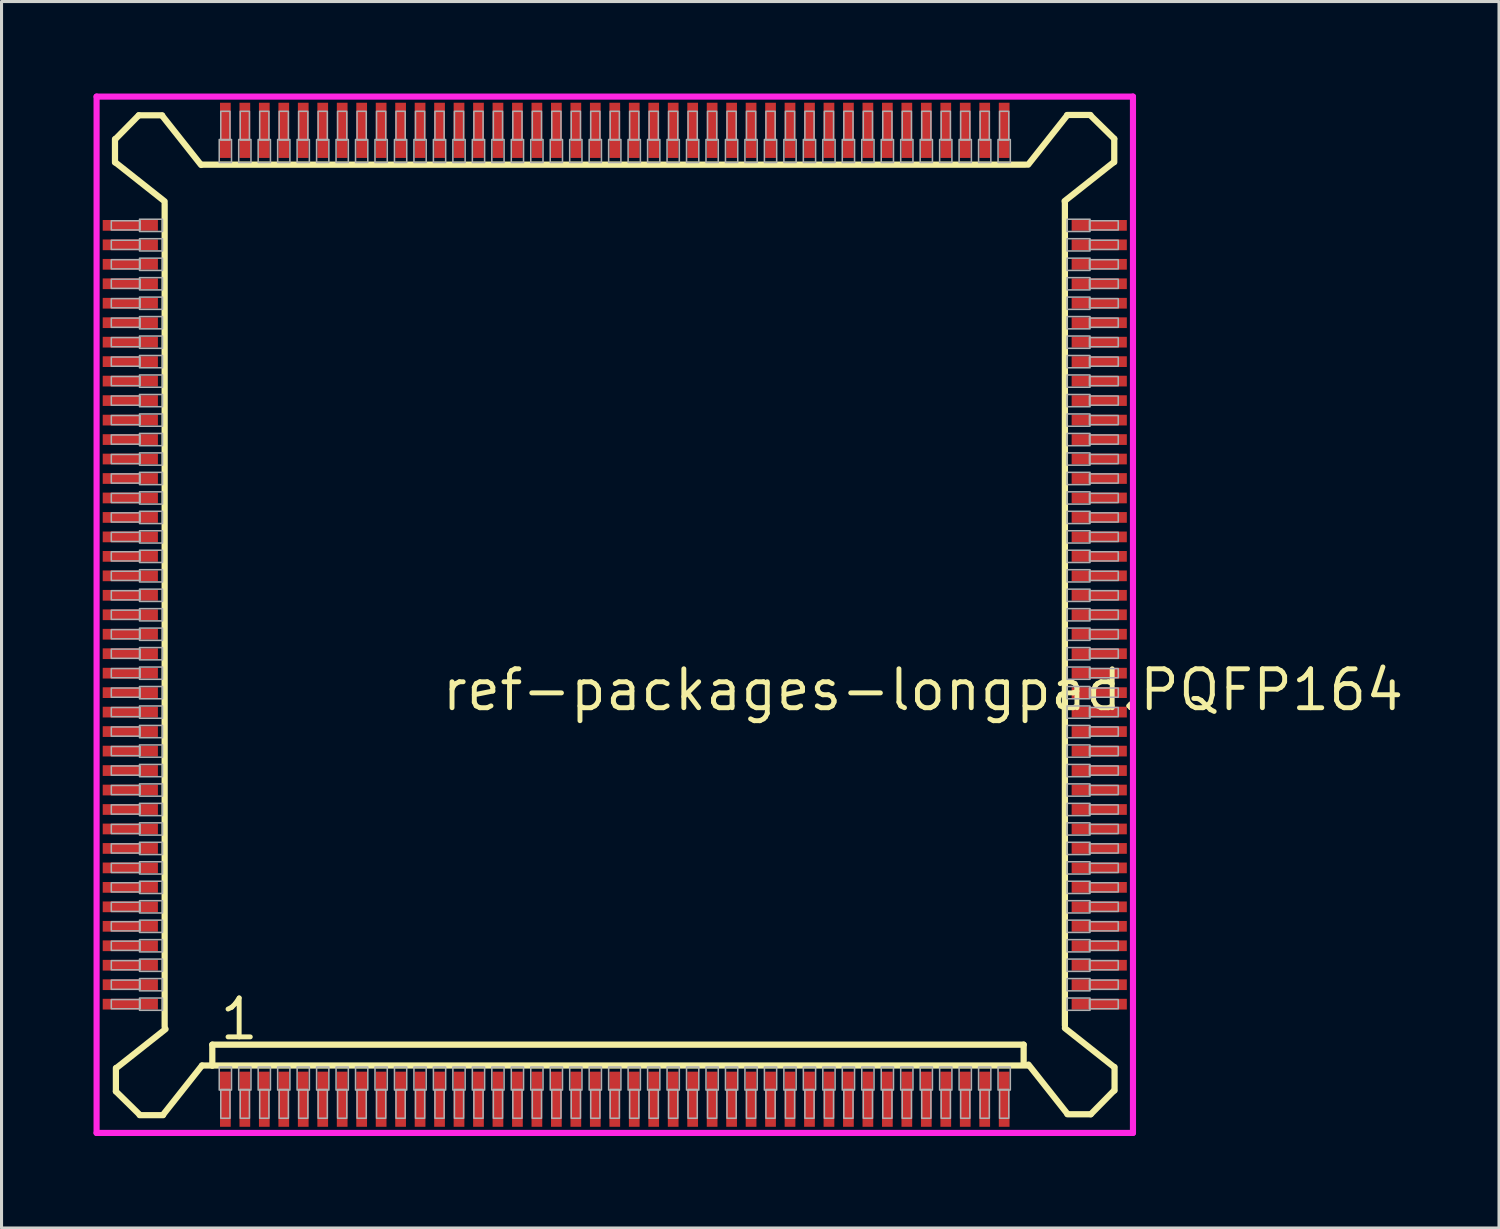
<source format=kicad_pcb>
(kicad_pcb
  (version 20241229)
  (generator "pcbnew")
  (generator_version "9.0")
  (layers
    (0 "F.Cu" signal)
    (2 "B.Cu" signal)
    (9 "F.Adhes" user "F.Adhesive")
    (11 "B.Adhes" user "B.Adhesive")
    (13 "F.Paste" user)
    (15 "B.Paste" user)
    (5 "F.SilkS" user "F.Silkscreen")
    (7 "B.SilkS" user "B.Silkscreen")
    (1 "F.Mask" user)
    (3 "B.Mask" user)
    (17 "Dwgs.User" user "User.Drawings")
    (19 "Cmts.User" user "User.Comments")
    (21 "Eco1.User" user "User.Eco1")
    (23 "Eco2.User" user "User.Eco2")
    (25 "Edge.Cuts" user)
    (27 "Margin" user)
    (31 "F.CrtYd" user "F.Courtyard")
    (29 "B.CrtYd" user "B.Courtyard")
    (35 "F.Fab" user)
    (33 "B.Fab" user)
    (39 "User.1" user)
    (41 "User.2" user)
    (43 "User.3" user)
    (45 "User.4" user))
  (footprint "ref-packages-longpad.PQFP164"
    (layer "F.Cu")
    (at 17 17)
    (property "Reference" "ref-packages-longpad.PQFP164" (at -5.715 3.195 0) (layer "F.SilkS") (effects (font (size 1.27 1.27) (thickness 0.16)) (justify left bottom)))
    (attr smd)
    (fp_line (start -16.3 -15.514) (end -16.3 -14.752) (stroke (width 0.203) (type default)) (layer "F.SilkS"))
    (fp_line (start -16.286 -14.752) (end -14.68 -13.482) (stroke (width 0.203) (type default)) (layer "F.SilkS"))
    (fp_line (start -16.27 14.782) (end -16.27 15.544) (stroke (width 0.203) (type default)) (layer "F.SilkS"))
    (fp_line (start -16.27 15.544) (end -15.494 16.306) (stroke (width 0.203) (type default)) (layer "F.SilkS"))
    (fp_line (start -15.524 -16.29) (end -16.286 -15.514) (stroke (width 0.203) (type default)) (layer "F.SilkS"))
    (fp_line (start -15.494 16.32) (end -14.732 16.32) (stroke (width 0.203) (type default)) (layer "F.SilkS"))
    (fp_line (start -14.762 -16.29) (end -15.524 -16.29) (stroke (width 0.203) (type default)) (layer "F.SilkS"))
    (fp_line (start -14.732 16.306) (end -13.462 14.7) (stroke (width 0.203) (type default)) (layer "F.SilkS"))
    (fp_line (start -14.68 -13.4) (end -14.68 13.442) (stroke (width 0.203) (type default)) (layer "F.SilkS"))
    (fp_line (start -14.65 13.512) (end -16.256 14.782) (stroke (width 0.203) (type default)) (layer "F.SilkS"))
    (fp_line (start -13.492 -14.67) (end -14.762 -16.276) (stroke (width 0.203) (type default)) (layer "F.SilkS"))
    (fp_line (start -13.462 14.7) (end -13.126 14.7) (stroke (width 0.203) (type default)) (layer "F.SilkS"))
    (fp_line (start -13.126 14.02) (end 13.335 14.02) (stroke (width 0.203) (type default)) (layer "F.SilkS"))
    (fp_line (start -13.126 14.7) (end -13.126 14.02) (stroke (width 0.203) (type default)) (layer "F.SilkS"))
    (fp_line (start -13.126 14.7) (end 13.462 14.7) (stroke (width 0.203) (type default)) (layer "F.SilkS"))
    (fp_line (start 13.335 14.02) (end 13.335 14.655) (stroke (width 0.203) (type default)) (layer "F.SilkS"))
    (fp_line (start 13.4 -14.68) (end -13.442 -14.68) (stroke (width 0.203) (type default)) (layer "F.SilkS"))
    (fp_line (start 13.492 14.67) (end 14.762 16.276) (stroke (width 0.203) (type default)) (layer "F.SilkS"))
    (fp_line (start 14.67 -13.492) (end 16.276 -14.762) (stroke (width 0.203) (type default)) (layer "F.SilkS"))
    (fp_line (start 14.68 13.4) (end 14.68 -13.442) (stroke (width 0.203) (type default)) (layer "F.SilkS"))
    (fp_line (start 14.752 -16.286) (end 13.482 -14.68) (stroke (width 0.203) (type default)) (layer "F.SilkS"))
    (fp_line (start 14.762 16.29) (end 15.524 16.29) (stroke (width 0.203) (type default)) (layer "F.SilkS"))
    (fp_line (start 15.514 -16.3) (end 14.752 -16.3) (stroke (width 0.203) (type default)) (layer "F.SilkS"))
    (fp_line (start 15.524 16.29) (end 16.286 15.514) (stroke (width 0.203) (type default)) (layer "F.SilkS"))
    (fp_line (start 16.286 14.752) (end 14.68 13.482) (stroke (width 0.203) (type default)) (layer "F.SilkS"))
    (fp_line (start 16.29 -15.524) (end 15.514 -16.286) (stroke (width 0.203) (type default)) (layer "F.SilkS"))
    (fp_line (start 16.29 -14.762) (end 16.29 -15.524) (stroke (width 0.203) (type default)) (layer "F.SilkS"))
    (fp_line (start 16.3 15.514) (end 16.3 14.752) (stroke (width 0.203) (type default)) (layer "F.SilkS"))
    (fp_line (start -16.9 -16.9) (end 16.9 -16.9) (stroke (width 0.2) (type default)) (layer "F.CrtYd"))
    (fp_line (start -16.9 16.9) (end -16.9 -16.9) (stroke (width 0.2) (type default)) (layer "F.CrtYd"))
    (fp_line (start 16.9 -16.9) (end 16.9 16.9) (stroke (width 0.2) (type default)) (layer "F.CrtYd"))
    (fp_line (start 16.9 16.9) (end -16.9 16.9) (stroke (width 0.2) (type default)) (layer "F.CrtYd"))
    (fp_rect (start -16.42 -12.55) (end -15.48 -12.85) (stroke (width 0.05) (type default)) (fill no) (layer "F.Fab"))
    (fp_rect (start -16.42 -11.915) (end -15.48 -12.215) (stroke (width 0.05) (type default)) (fill no) (layer "F.Fab"))
    (fp_rect (start -16.42 -11.28) (end -15.48 -11.58) (stroke (width 0.05) (type default)) (fill no) (layer "F.Fab"))
    (fp_rect (start -16.42 -10.645) (end -15.48 -10.945) (stroke (width 0.05) (type default)) (fill no) (layer "F.Fab"))
    (fp_rect (start -16.42 -10.01) (end -15.48 -10.31) (stroke (width 0.05) (type default)) (fill no) (layer "F.Fab"))
    (fp_rect (start -16.42 -9.375) (end -15.48 -9.675) (stroke (width 0.05) (type default)) (fill no) (layer "F.Fab"))
    (fp_rect (start -16.42 -8.74) (end -15.48 -9.04) (stroke (width 0.05) (type default)) (fill no) (layer "F.Fab"))
    (fp_rect (start -16.42 -8.105) (end -15.48 -8.405) (stroke (width 0.05) (type default)) (fill no) (layer "F.Fab"))
    (fp_rect (start -16.42 -7.47) (end -15.48 -7.77) (stroke (width 0.05) (type default)) (fill no) (layer "F.Fab"))
    (fp_rect (start -16.42 -6.835) (end -15.48 -7.135) (stroke (width 0.05) (type default)) (fill no) (layer "F.Fab"))
    (fp_rect (start -16.42 -6.2) (end -15.48 -6.5) (stroke (width 0.05) (type default)) (fill no) (layer "F.Fab"))
    (fp_rect (start -16.42 -5.565) (end -15.48 -5.865) (stroke (width 0.05) (type default)) (fill no) (layer "F.Fab"))
    (fp_rect (start -16.42 -4.93) (end -15.48 -5.23) (stroke (width 0.05) (type default)) (fill no) (layer "F.Fab"))
    (fp_rect (start -16.42 -4.295) (end -15.48 -4.595) (stroke (width 0.05) (type default)) (fill no) (layer "F.Fab"))
    (fp_rect (start -16.42 -3.66) (end -15.48 -3.96) (stroke (width 0.05) (type default)) (fill no) (layer "F.Fab"))
    (fp_rect (start -16.42 -3.025) (end -15.48 -3.325) (stroke (width 0.05) (type default)) (fill no) (layer "F.Fab"))
    (fp_rect (start -16.42 -2.39) (end -15.48 -2.69) (stroke (width 0.05) (type default)) (fill no) (layer "F.Fab"))
    (fp_rect (start -16.42 -1.755) (end -15.48 -2.055) (stroke (width 0.05) (type default)) (fill no) (layer "F.Fab"))
    (fp_rect (start -16.42 -1.12) (end -15.48 -1.42) (stroke (width 0.05) (type default)) (fill no) (layer "F.Fab"))
    (fp_rect (start -16.42 -0.485) (end -15.48 -0.785) (stroke (width 0.05) (type default)) (fill no) (layer "F.Fab"))
    (fp_rect (start -16.42 0.15) (end -15.48 -0.15) (stroke (width 0.05) (type default)) (fill no) (layer "F.Fab"))
    (fp_rect (start -16.42 0.785) (end -15.48 0.485) (stroke (width 0.05) (type default)) (fill no) (layer "F.Fab"))
    (fp_rect (start -16.42 1.42) (end -15.48 1.12) (stroke (width 0.05) (type default)) (fill no) (layer "F.Fab"))
    (fp_rect (start -16.42 2.055) (end -15.48 1.755) (stroke (width 0.05) (type default)) (fill no) (layer "F.Fab"))
    (fp_rect (start -16.42 2.69) (end -15.48 2.39) (stroke (width 0.05) (type default)) (fill no) (layer "F.Fab"))
    (fp_rect (start -16.42 3.325) (end -15.48 3.025) (stroke (width 0.05) (type default)) (fill no) (layer "F.Fab"))
    (fp_rect (start -16.42 3.96) (end -15.48 3.66) (stroke (width 0.05) (type default)) (fill no) (layer "F.Fab"))
    (fp_rect (start -16.42 4.595) (end -15.48 4.295) (stroke (width 0.05) (type default)) (fill no) (layer "F.Fab"))
    (fp_rect (start -16.42 5.23) (end -15.48 4.93) (stroke (width 0.05) (type default)) (fill no) (layer "F.Fab"))
    (fp_rect (start -16.42 5.865) (end -15.48 5.565) (stroke (width 0.05) (type default)) (fill no) (layer "F.Fab"))
    (fp_rect (start -16.42 6.5) (end -15.48 6.2) (stroke (width 0.05) (type default)) (fill no) (layer "F.Fab"))
    (fp_rect (start -16.42 7.135) (end -15.48 6.835) (stroke (width 0.05) (type default)) (fill no) (layer "F.Fab"))
    (fp_rect (start -16.42 7.77) (end -15.48 7.47) (stroke (width 0.05) (type default)) (fill no) (layer "F.Fab"))
    (fp_rect (start -16.42 8.405) (end -15.48 8.105) (stroke (width 0.05) (type default)) (fill no) (layer "F.Fab"))
    (fp_rect (start -16.42 9.04) (end -15.48 8.74) (stroke (width 0.05) (type default)) (fill no) (layer "F.Fab"))
    (fp_rect (start -16.42 9.675) (end -15.48 9.375) (stroke (width 0.05) (type default)) (fill no) (layer "F.Fab"))
    (fp_rect (start -16.42 10.31) (end -15.48 10.01) (stroke (width 0.05) (type default)) (fill no) (layer "F.Fab"))
    (fp_rect (start -16.42 10.945) (end -15.48 10.645) (stroke (width 0.05) (type default)) (fill no) (layer "F.Fab"))
    (fp_rect (start -16.42 11.58) (end -15.48 11.28) (stroke (width 0.05) (type default)) (fill no) (layer "F.Fab"))
    (fp_rect (start -16.42 12.215) (end -15.48 11.915) (stroke (width 0.05) (type default)) (fill no) (layer "F.Fab"))
    (fp_rect (start -16.42 12.85) (end -15.48 12.55) (stroke (width 0.05) (type default)) (fill no) (layer "F.Fab"))
    (fp_rect (start -15.5 -12.5) (end -14.75 -12.9) (stroke (width 0.05) (type default)) (fill no) (layer "F.Fab"))
    (fp_rect (start -15.5 -11.865) (end -14.75 -12.265) (stroke (width 0.05) (type default)) (fill no) (layer "F.Fab"))
    (fp_rect (start -15.5 -11.23) (end -14.75 -11.63) (stroke (width 0.05) (type default)) (fill no) (layer "F.Fab"))
    (fp_rect (start -15.5 -10.595) (end -14.75 -10.995) (stroke (width 0.05) (type default)) (fill no) (layer "F.Fab"))
    (fp_rect (start -15.5 -9.96) (end -14.75 -10.36) (stroke (width 0.05) (type default)) (fill no) (layer "F.Fab"))
    (fp_rect (start -15.5 -9.325) (end -14.75 -9.725) (stroke (width 0.05) (type default)) (fill no) (layer "F.Fab"))
    (fp_rect (start -15.5 -8.69) (end -14.75 -9.09) (stroke (width 0.05) (type default)) (fill no) (layer "F.Fab"))
    (fp_rect (start -15.5 -8.055) (end -14.75 -8.455) (stroke (width 0.05) (type default)) (fill no) (layer "F.Fab"))
    (fp_rect (start -15.5 -7.42) (end -14.75 -7.82) (stroke (width 0.05) (type default)) (fill no) (layer "F.Fab"))
    (fp_rect (start -15.5 -6.785) (end -14.75 -7.185) (stroke (width 0.05) (type default)) (fill no) (layer "F.Fab"))
    (fp_rect (start -15.5 -6.15) (end -14.75 -6.55) (stroke (width 0.05) (type default)) (fill no) (layer "F.Fab"))
    (fp_rect (start -15.5 -5.515) (end -14.75 -5.915) (stroke (width 0.05) (type default)) (fill no) (layer "F.Fab"))
    (fp_rect (start -15.5 -4.88) (end -14.75 -5.28) (stroke (width 0.05) (type default)) (fill no) (layer "F.Fab"))
    (fp_rect (start -15.5 -4.245) (end -14.75 -4.645) (stroke (width 0.05) (type default)) (fill no) (layer "F.Fab"))
    (fp_rect (start -15.5 -3.61) (end -14.75 -4.01) (stroke (width 0.05) (type default)) (fill no) (layer "F.Fab"))
    (fp_rect (start -15.5 -2.975) (end -14.75 -3.375) (stroke (width 0.05) (type default)) (fill no) (layer "F.Fab"))
    (fp_rect (start -15.5 -2.34) (end -14.75 -2.74) (stroke (width 0.05) (type default)) (fill no) (layer "F.Fab"))
    (fp_rect (start -15.5 -1.705) (end -14.75 -2.105) (stroke (width 0.05) (type default)) (fill no) (layer "F.Fab"))
    (fp_rect (start -15.5 -1.07) (end -14.75 -1.47) (stroke (width 0.05) (type default)) (fill no) (layer "F.Fab"))
    (fp_rect (start -15.5 -0.435) (end -14.75 -0.835) (stroke (width 0.05) (type default)) (fill no) (layer "F.Fab"))
    (fp_rect (start -15.5 0.2) (end -14.75 -0.2) (stroke (width 0.05) (type default)) (fill no) (layer "F.Fab"))
    (fp_rect (start -15.5 0.835) (end -14.75 0.435) (stroke (width 0.05) (type default)) (fill no) (layer "F.Fab"))
    (fp_rect (start -15.5 1.47) (end -14.75 1.07) (stroke (width 0.05) (type default)) (fill no) (layer "F.Fab"))
    (fp_rect (start -15.5 2.105) (end -14.75 1.705) (stroke (width 0.05) (type default)) (fill no) (layer "F.Fab"))
    (fp_rect (start -15.5 2.74) (end -14.75 2.34) (stroke (width 0.05) (type default)) (fill no) (layer "F.Fab"))
    (fp_rect (start -15.5 3.375) (end -14.75 2.975) (stroke (width 0.05) (type default)) (fill no) (layer "F.Fab"))
    (fp_rect (start -15.5 4.01) (end -14.75 3.61) (stroke (width 0.05) (type default)) (fill no) (layer "F.Fab"))
    (fp_rect (start -15.5 4.645) (end -14.75 4.245) (stroke (width 0.05) (type default)) (fill no) (layer "F.Fab"))
    (fp_rect (start -15.5 5.28) (end -14.75 4.88) (stroke (width 0.05) (type default)) (fill no) (layer "F.Fab"))
    (fp_rect (start -15.5 5.915) (end -14.75 5.515) (stroke (width 0.05) (type default)) (fill no) (layer "F.Fab"))
    (fp_rect (start -15.5 6.55) (end -14.75 6.15) (stroke (width 0.05) (type default)) (fill no) (layer "F.Fab"))
    (fp_rect (start -15.5 7.185) (end -14.75 6.785) (stroke (width 0.05) (type default)) (fill no) (layer "F.Fab"))
    (fp_rect (start -15.5 7.82) (end -14.75 7.42) (stroke (width 0.05) (type default)) (fill no) (layer "F.Fab"))
    (fp_rect (start -15.5 8.455) (end -14.75 8.055) (stroke (width 0.05) (type default)) (fill no) (layer "F.Fab"))
    (fp_rect (start -15.5 9.09) (end -14.75 8.69) (stroke (width 0.05) (type default)) (fill no) (layer "F.Fab"))
    (fp_rect (start -15.5 9.725) (end -14.75 9.325) (stroke (width 0.05) (type default)) (fill no) (layer "F.Fab"))
    (fp_rect (start -15.5 10.36) (end -14.75 9.96) (stroke (width 0.05) (type default)) (fill no) (layer "F.Fab"))
    (fp_rect (start -15.5 10.995) (end -14.75 10.595) (stroke (width 0.05) (type default)) (fill no) (layer "F.Fab"))
    (fp_rect (start -15.5 11.63) (end -14.75 11.23) (stroke (width 0.05) (type default)) (fill no) (layer "F.Fab"))
    (fp_rect (start -15.5 12.265) (end -14.75 11.865) (stroke (width 0.05) (type default)) (fill no) (layer "F.Fab"))
    (fp_rect (start -15.5 12.9) (end -14.75 12.5) (stroke (width 0.05) (type default)) (fill no) (layer "F.Fab"))
    (fp_rect (start -12.9 -14.75) (end -12.5 -15.5) (stroke (width 0.05) (type default)) (fill no) (layer "F.Fab"))
    (fp_rect (start -12.9 15.5) (end -12.5 14.75) (stroke (width 0.05) (type default)) (fill no) (layer "F.Fab"))
    (fp_rect (start -12.85 -15.48) (end -12.55 -16.42) (stroke (width 0.05) (type default)) (fill no) (layer "F.Fab"))
    (fp_rect (start -12.85 16.42) (end -12.55 15.48) (stroke (width 0.05) (type default)) (fill no) (layer "F.Fab"))
    (fp_rect (start -12.265 -14.75) (end -11.865 -15.5) (stroke (width 0.05) (type default)) (fill no) (layer "F.Fab"))
    (fp_rect (start -12.265 15.5) (end -11.865 14.75) (stroke (width 0.05) (type default)) (fill no) (layer "F.Fab"))
    (fp_rect (start -12.215 -15.48) (end -11.915 -16.42) (stroke (width 0.05) (type default)) (fill no) (layer "F.Fab"))
    (fp_rect (start -12.215 16.42) (end -11.915 15.48) (stroke (width 0.05) (type default)) (fill no) (layer "F.Fab"))
    (fp_rect (start -11.63 -14.75) (end -11.23 -15.5) (stroke (width 0.05) (type default)) (fill no) (layer "F.Fab"))
    (fp_rect (start -11.63 15.5) (end -11.23 14.75) (stroke (width 0.05) (type default)) (fill no) (layer "F.Fab"))
    (fp_rect (start -11.58 -15.48) (end -11.28 -16.42) (stroke (width 0.05) (type default)) (fill no) (layer "F.Fab"))
    (fp_rect (start -11.58 16.42) (end -11.28 15.48) (stroke (width 0.05) (type default)) (fill no) (layer "F.Fab"))
    (fp_rect (start -10.995 -14.75) (end -10.595 -15.5) (stroke (width 0.05) (type default)) (fill no) (layer "F.Fab"))
    (fp_rect (start -10.995 15.5) (end -10.595 14.75) (stroke (width 0.05) (type default)) (fill no) (layer "F.Fab"))
    (fp_rect (start -10.945 -15.48) (end -10.645 -16.42) (stroke (width 0.05) (type default)) (fill no) (layer "F.Fab"))
    (fp_rect (start -10.945 16.42) (end -10.645 15.48) (stroke (width 0.05) (type default)) (fill no) (layer "F.Fab"))
    (fp_rect (start -10.36 -14.75) (end -9.96 -15.5) (stroke (width 0.05) (type default)) (fill no) (layer "F.Fab"))
    (fp_rect (start -10.36 15.5) (end -9.96 14.75) (stroke (width 0.05) (type default)) (fill no) (layer "F.Fab"))
    (fp_rect (start -10.31 -15.48) (end -10.01 -16.42) (stroke (width 0.05) (type default)) (fill no) (layer "F.Fab"))
    (fp_rect (start -10.31 16.42) (end -10.01 15.48) (stroke (width 0.05) (type default)) (fill no) (layer "F.Fab"))
    (fp_rect (start -9.725 -14.75) (end -9.325 -15.5) (stroke (width 0.05) (type default)) (fill no) (layer "F.Fab"))
    (fp_rect (start -9.725 15.5) (end -9.325 14.75) (stroke (width 0.05) (type default)) (fill no) (layer "F.Fab"))
    (fp_rect (start -9.675 -15.48) (end -9.375 -16.42) (stroke (width 0.05) (type default)) (fill no) (layer "F.Fab"))
    (fp_rect (start -9.675 16.42) (end -9.375 15.48) (stroke (width 0.05) (type default)) (fill no) (layer "F.Fab"))
    (fp_rect (start -9.09 -14.75) (end -8.69 -15.5) (stroke (width 0.05) (type default)) (fill no) (layer "F.Fab"))
    (fp_rect (start -9.09 15.5) (end -8.69 14.75) (stroke (width 0.05) (type default)) (fill no) (layer "F.Fab"))
    (fp_rect (start -9.04 -15.48) (end -8.74 -16.42) (stroke (width 0.05) (type default)) (fill no) (layer "F.Fab"))
    (fp_rect (start -9.04 16.42) (end -8.74 15.48) (stroke (width 0.05) (type default)) (fill no) (layer "F.Fab"))
    (fp_rect (start -8.455 -14.75) (end -8.055 -15.5) (stroke (width 0.05) (type default)) (fill no) (layer "F.Fab"))
    (fp_rect (start -8.455 15.5) (end -8.055 14.75) (stroke (width 0.05) (type default)) (fill no) (layer "F.Fab"))
    (fp_rect (start -8.405 -15.48) (end -8.105 -16.42) (stroke (width 0.05) (type default)) (fill no) (layer "F.Fab"))
    (fp_rect (start -8.405 16.42) (end -8.105 15.48) (stroke (width 0.05) (type default)) (fill no) (layer "F.Fab"))
    (fp_rect (start -7.82 -14.75) (end -7.42 -15.5) (stroke (width 0.05) (type default)) (fill no) (layer "F.Fab"))
    (fp_rect (start -7.82 15.5) (end -7.42 14.75) (stroke (width 0.05) (type default)) (fill no) (layer "F.Fab"))
    (fp_rect (start -7.77 -15.48) (end -7.47 -16.42) (stroke (width 0.05) (type default)) (fill no) (layer "F.Fab"))
    (fp_rect (start -7.77 16.42) (end -7.47 15.48) (stroke (width 0.05) (type default)) (fill no) (layer "F.Fab"))
    (fp_rect (start -7.185 -14.75) (end -6.785 -15.5) (stroke (width 0.05) (type default)) (fill no) (layer "F.Fab"))
    (fp_rect (start -7.185 15.5) (end -6.785 14.75) (stroke (width 0.05) (type default)) (fill no) (layer "F.Fab"))
    (fp_rect (start -7.135 -15.48) (end -6.835 -16.42) (stroke (width 0.05) (type default)) (fill no) (layer "F.Fab"))
    (fp_rect (start -7.135 16.42) (end -6.835 15.48) (stroke (width 0.05) (type default)) (fill no) (layer "F.Fab"))
    (fp_rect (start -6.55 -14.75) (end -6.15 -15.5) (stroke (width 0.05) (type default)) (fill no) (layer "F.Fab"))
    (fp_rect (start -6.55 15.5) (end -6.15 14.75) (stroke (width 0.05) (type default)) (fill no) (layer "F.Fab"))
    (fp_rect (start -6.5 -15.48) (end -6.2 -16.42) (stroke (width 0.05) (type default)) (fill no) (layer "F.Fab"))
    (fp_rect (start -6.5 16.42) (end -6.2 15.48) (stroke (width 0.05) (type default)) (fill no) (layer "F.Fab"))
    (fp_rect (start -5.915 -14.75) (end -5.515 -15.5) (stroke (width 0.05) (type default)) (fill no) (layer "F.Fab"))
    (fp_rect (start -5.915 15.5) (end -5.515 14.75) (stroke (width 0.05) (type default)) (fill no) (layer "F.Fab"))
    (fp_rect (start -5.865 -15.48) (end -5.565 -16.42) (stroke (width 0.05) (type default)) (fill no) (layer "F.Fab"))
    (fp_rect (start -5.865 16.42) (end -5.565 15.48) (stroke (width 0.05) (type default)) (fill no) (layer "F.Fab"))
    (fp_rect (start -5.28 -14.75) (end -4.88 -15.5) (stroke (width 0.05) (type default)) (fill no) (layer "F.Fab"))
    (fp_rect (start -5.28 15.5) (end -4.88 14.75) (stroke (width 0.05) (type default)) (fill no) (layer "F.Fab"))
    (fp_rect (start -5.23 -15.48) (end -4.93 -16.42) (stroke (width 0.05) (type default)) (fill no) (layer "F.Fab"))
    (fp_rect (start -5.23 16.42) (end -4.93 15.48) (stroke (width 0.05) (type default)) (fill no) (layer "F.Fab"))
    (fp_rect (start -4.645 -14.75) (end -4.245 -15.5) (stroke (width 0.05) (type default)) (fill no) (layer "F.Fab"))
    (fp_rect (start -4.645 15.5) (end -4.245 14.75) (stroke (width 0.05) (type default)) (fill no) (layer "F.Fab"))
    (fp_rect (start -4.595 -15.48) (end -4.295 -16.42) (stroke (width 0.05) (type default)) (fill no) (layer "F.Fab"))
    (fp_rect (start -4.595 16.42) (end -4.295 15.48) (stroke (width 0.05) (type default)) (fill no) (layer "F.Fab"))
    (fp_rect (start -4.01 -14.75) (end -3.61 -15.5) (stroke (width 0.05) (type default)) (fill no) (layer "F.Fab"))
    (fp_rect (start -4.01 15.5) (end -3.61 14.75) (stroke (width 0.05) (type default)) (fill no) (layer "F.Fab"))
    (fp_rect (start -3.96 -15.48) (end -3.66 -16.42) (stroke (width 0.05) (type default)) (fill no) (layer "F.Fab"))
    (fp_rect (start -3.96 16.42) (end -3.66 15.48) (stroke (width 0.05) (type default)) (fill no) (layer "F.Fab"))
    (fp_rect (start -3.375 -14.75) (end -2.975 -15.5) (stroke (width 0.05) (type default)) (fill no) (layer "F.Fab"))
    (fp_rect (start -3.375 15.5) (end -2.975 14.75) (stroke (width 0.05) (type default)) (fill no) (layer "F.Fab"))
    (fp_rect (start -3.325 -15.48) (end -3.025 -16.42) (stroke (width 0.05) (type default)) (fill no) (layer "F.Fab"))
    (fp_rect (start -3.325 16.42) (end -3.025 15.48) (stroke (width 0.05) (type default)) (fill no) (layer "F.Fab"))
    (fp_rect (start -2.74 -14.75) (end -2.34 -15.5) (stroke (width 0.05) (type default)) (fill no) (layer "F.Fab"))
    (fp_rect (start -2.74 15.5) (end -2.34 14.75) (stroke (width 0.05) (type default)) (fill no) (layer "F.Fab"))
    (fp_rect (start -2.69 -15.48) (end -2.39 -16.42) (stroke (width 0.05) (type default)) (fill no) (layer "F.Fab"))
    (fp_rect (start -2.69 16.42) (end -2.39 15.48) (stroke (width 0.05) (type default)) (fill no) (layer "F.Fab"))
    (fp_rect (start -2.105 -14.75) (end -1.705 -15.5) (stroke (width 0.05) (type default)) (fill no) (layer "F.Fab"))
    (fp_rect (start -2.105 15.5) (end -1.705 14.75) (stroke (width 0.05) (type default)) (fill no) (layer "F.Fab"))
    (fp_rect (start -2.055 -15.48) (end -1.755 -16.42) (stroke (width 0.05) (type default)) (fill no) (layer "F.Fab"))
    (fp_rect (start -2.055 16.42) (end -1.755 15.48) (stroke (width 0.05) (type default)) (fill no) (layer "F.Fab"))
    (fp_rect (start -1.47 -14.75) (end -1.07 -15.5) (stroke (width 0.05) (type default)) (fill no) (layer "F.Fab"))
    (fp_rect (start -1.47 15.5) (end -1.07 14.75) (stroke (width 0.05) (type default)) (fill no) (layer "F.Fab"))
    (fp_rect (start -1.42 -15.48) (end -1.12 -16.42) (stroke (width 0.05) (type default)) (fill no) (layer "F.Fab"))
    (fp_rect (start -1.42 16.42) (end -1.12 15.48) (stroke (width 0.05) (type default)) (fill no) (layer "F.Fab"))
    (fp_rect (start -0.835 -14.75) (end -0.435 -15.5) (stroke (width 0.05) (type default)) (fill no) (layer "F.Fab"))
    (fp_rect (start -0.835 15.5) (end -0.435 14.75) (stroke (width 0.05) (type default)) (fill no) (layer "F.Fab"))
    (fp_rect (start -0.785 -15.48) (end -0.485 -16.42) (stroke (width 0.05) (type default)) (fill no) (layer "F.Fab"))
    (fp_rect (start -0.785 16.42) (end -0.485 15.48) (stroke (width 0.05) (type default)) (fill no) (layer "F.Fab"))
    (fp_rect (start -0.2 -14.75) (end 0.2 -15.5) (stroke (width 0.05) (type default)) (fill no) (layer "F.Fab"))
    (fp_rect (start -0.2 15.5) (end 0.2 14.75) (stroke (width 0.05) (type default)) (fill no) (layer "F.Fab"))
    (fp_rect (start -0.15 -15.48) (end 0.15 -16.42) (stroke (width 0.05) (type default)) (fill no) (layer "F.Fab"))
    (fp_rect (start -0.15 16.42) (end 0.15 15.48) (stroke (width 0.05) (type default)) (fill no) (layer "F.Fab"))
    (fp_rect (start 0.435 -14.75) (end 0.835 -15.5) (stroke (width 0.05) (type default)) (fill no) (layer "F.Fab"))
    (fp_rect (start 0.435 15.5) (end 0.835 14.75) (stroke (width 0.05) (type default)) (fill no) (layer "F.Fab"))
    (fp_rect (start 0.485 -15.48) (end 0.785 -16.42) (stroke (width 0.05) (type default)) (fill no) (layer "F.Fab"))
    (fp_rect (start 0.485 16.42) (end 0.785 15.48) (stroke (width 0.05) (type default)) (fill no) (layer "F.Fab"))
    (fp_rect (start 1.07 -14.75) (end 1.47 -15.5) (stroke (width 0.05) (type default)) (fill no) (layer "F.Fab"))
    (fp_rect (start 1.07 15.5) (end 1.47 14.75) (stroke (width 0.05) (type default)) (fill no) (layer "F.Fab"))
    (fp_rect (start 1.12 -15.48) (end 1.42 -16.42) (stroke (width 0.05) (type default)) (fill no) (layer "F.Fab"))
    (fp_rect (start 1.12 16.42) (end 1.42 15.48) (stroke (width 0.05) (type default)) (fill no) (layer "F.Fab"))
    (fp_rect (start 1.705 -14.75) (end 2.105 -15.5) (stroke (width 0.05) (type default)) (fill no) (layer "F.Fab"))
    (fp_rect (start 1.705 15.5) (end 2.105 14.75) (stroke (width 0.05) (type default)) (fill no) (layer "F.Fab"))
    (fp_rect (start 1.755 -15.48) (end 2.055 -16.42) (stroke (width 0.05) (type default)) (fill no) (layer "F.Fab"))
    (fp_rect (start 1.755 16.42) (end 2.055 15.48) (stroke (width 0.05) (type default)) (fill no) (layer "F.Fab"))
    (fp_rect (start 2.34 -14.75) (end 2.74 -15.5) (stroke (width 0.05) (type default)) (fill no) (layer "F.Fab"))
    (fp_rect (start 2.34 15.5) (end 2.74 14.75) (stroke (width 0.05) (type default)) (fill no) (layer "F.Fab"))
    (fp_rect (start 2.39 -15.48) (end 2.69 -16.42) (stroke (width 0.05) (type default)) (fill no) (layer "F.Fab"))
    (fp_rect (start 2.39 16.42) (end 2.69 15.48) (stroke (width 0.05) (type default)) (fill no) (layer "F.Fab"))
    (fp_rect (start 2.975 -14.75) (end 3.375 -15.5) (stroke (width 0.05) (type default)) (fill no) (layer "F.Fab"))
    (fp_rect (start 2.975 15.5) (end 3.375 14.75) (stroke (width 0.05) (type default)) (fill no) (layer "F.Fab"))
    (fp_rect (start 3.025 -15.48) (end 3.325 -16.42) (stroke (width 0.05) (type default)) (fill no) (layer "F.Fab"))
    (fp_rect (start 3.025 16.42) (end 3.325 15.48) (stroke (width 0.05) (type default)) (fill no) (layer "F.Fab"))
    (fp_rect (start 3.61 -14.75) (end 4.01 -15.5) (stroke (width 0.05) (type default)) (fill no) (layer "F.Fab"))
    (fp_rect (start 3.61 15.5) (end 4.01 14.75) (stroke (width 0.05) (type default)) (fill no) (layer "F.Fab"))
    (fp_rect (start 3.66 -15.48) (end 3.96 -16.42) (stroke (width 0.05) (type default)) (fill no) (layer "F.Fab"))
    (fp_rect (start 3.66 16.42) (end 3.96 15.48) (stroke (width 0.05) (type default)) (fill no) (layer "F.Fab"))
    (fp_rect (start 4.245 -14.75) (end 4.645 -15.5) (stroke (width 0.05) (type default)) (fill no) (layer "F.Fab"))
    (fp_rect (start 4.245 15.5) (end 4.645 14.75) (stroke (width 0.05) (type default)) (fill no) (layer "F.Fab"))
    (fp_rect (start 4.295 -15.48) (end 4.595 -16.42) (stroke (width 0.05) (type default)) (fill no) (layer "F.Fab"))
    (fp_rect (start 4.295 16.42) (end 4.595 15.48) (stroke (width 0.05) (type default)) (fill no) (layer "F.Fab"))
    (fp_rect (start 4.88 -14.75) (end 5.28 -15.5) (stroke (width 0.05) (type default)) (fill no) (layer "F.Fab"))
    (fp_rect (start 4.88 15.5) (end 5.28 14.75) (stroke (width 0.05) (type default)) (fill no) (layer "F.Fab"))
    (fp_rect (start 4.93 -15.48) (end 5.23 -16.42) (stroke (width 0.05) (type default)) (fill no) (layer "F.Fab"))
    (fp_rect (start 4.93 16.42) (end 5.23 15.48) (stroke (width 0.05) (type default)) (fill no) (layer "F.Fab"))
    (fp_rect (start 5.515 -14.75) (end 5.915 -15.5) (stroke (width 0.05) (type default)) (fill no) (layer "F.Fab"))
    (fp_rect (start 5.515 15.5) (end 5.915 14.75) (stroke (width 0.05) (type default)) (fill no) (layer "F.Fab"))
    (fp_rect (start 5.565 -15.48) (end 5.865 -16.42) (stroke (width 0.05) (type default)) (fill no) (layer "F.Fab"))
    (fp_rect (start 5.565 16.42) (end 5.865 15.48) (stroke (width 0.05) (type default)) (fill no) (layer "F.Fab"))
    (fp_rect (start 6.15 -14.75) (end 6.55 -15.5) (stroke (width 0.05) (type default)) (fill no) (layer "F.Fab"))
    (fp_rect (start 6.15 15.5) (end 6.55 14.75) (stroke (width 0.05) (type default)) (fill no) (layer "F.Fab"))
    (fp_rect (start 6.2 -15.48) (end 6.5 -16.42) (stroke (width 0.05) (type default)) (fill no) (layer "F.Fab"))
    (fp_rect (start 6.2 16.42) (end 6.5 15.48) (stroke (width 0.05) (type default)) (fill no) (layer "F.Fab"))
    (fp_rect (start 6.785 -14.75) (end 7.185 -15.5) (stroke (width 0.05) (type default)) (fill no) (layer "F.Fab"))
    (fp_rect (start 6.785 15.5) (end 7.185 14.75) (stroke (width 0.05) (type default)) (fill no) (layer "F.Fab"))
    (fp_rect (start 6.835 -15.48) (end 7.135 -16.42) (stroke (width 0.05) (type default)) (fill no) (layer "F.Fab"))
    (fp_rect (start 6.835 16.42) (end 7.135 15.48) (stroke (width 0.05) (type default)) (fill no) (layer "F.Fab"))
    (fp_rect (start 7.42 -14.75) (end 7.82 -15.5) (stroke (width 0.05) (type default)) (fill no) (layer "F.Fab"))
    (fp_rect (start 7.42 15.5) (end 7.82 14.75) (stroke (width 0.05) (type default)) (fill no) (layer "F.Fab"))
    (fp_rect (start 7.47 -15.48) (end 7.77 -16.42) (stroke (width 0.05) (type default)) (fill no) (layer "F.Fab"))
    (fp_rect (start 7.47 16.42) (end 7.77 15.48) (stroke (width 0.05) (type default)) (fill no) (layer "F.Fab"))
    (fp_rect (start 8.055 -14.75) (end 8.455 -15.5) (stroke (width 0.05) (type default)) (fill no) (layer "F.Fab"))
    (fp_rect (start 8.055 15.5) (end 8.455 14.75) (stroke (width 0.05) (type default)) (fill no) (layer "F.Fab"))
    (fp_rect (start 8.105 -15.48) (end 8.405 -16.42) (stroke (width 0.05) (type default)) (fill no) (layer "F.Fab"))
    (fp_rect (start 8.105 16.42) (end 8.405 15.48) (stroke (width 0.05) (type default)) (fill no) (layer "F.Fab"))
    (fp_rect (start 8.69 -14.75) (end 9.09 -15.5) (stroke (width 0.05) (type default)) (fill no) (layer "F.Fab"))
    (fp_rect (start 8.69 15.5) (end 9.09 14.75) (stroke (width 0.05) (type default)) (fill no) (layer "F.Fab"))
    (fp_rect (start 8.74 -15.48) (end 9.04 -16.42) (stroke (width 0.05) (type default)) (fill no) (layer "F.Fab"))
    (fp_rect (start 8.74 16.42) (end 9.04 15.48) (stroke (width 0.05) (type default)) (fill no) (layer "F.Fab"))
    (fp_rect (start 9.325 -14.75) (end 9.725 -15.5) (stroke (width 0.05) (type default)) (fill no) (layer "F.Fab"))
    (fp_rect (start 9.325 15.5) (end 9.725 14.75) (stroke (width 0.05) (type default)) (fill no) (layer "F.Fab"))
    (fp_rect (start 9.375 -15.48) (end 9.675 -16.42) (stroke (width 0.05) (type default)) (fill no) (layer "F.Fab"))
    (fp_rect (start 9.375 16.42) (end 9.675 15.48) (stroke (width 0.05) (type default)) (fill no) (layer "F.Fab"))
    (fp_rect (start 9.96 -14.75) (end 10.36 -15.5) (stroke (width 0.05) (type default)) (fill no) (layer "F.Fab"))
    (fp_rect (start 9.96 15.5) (end 10.36 14.75) (stroke (width 0.05) (type default)) (fill no) (layer "F.Fab"))
    (fp_rect (start 10.01 -15.48) (end 10.31 -16.42) (stroke (width 0.05) (type default)) (fill no) (layer "F.Fab"))
    (fp_rect (start 10.01 16.42) (end 10.31 15.48) (stroke (width 0.05) (type default)) (fill no) (layer "F.Fab"))
    (fp_rect (start 10.595 -14.75) (end 10.995 -15.5) (stroke (width 0.05) (type default)) (fill no) (layer "F.Fab"))
    (fp_rect (start 10.595 15.5) (end 10.995 14.75) (stroke (width 0.05) (type default)) (fill no) (layer "F.Fab"))
    (fp_rect (start 10.645 -15.48) (end 10.945 -16.42) (stroke (width 0.05) (type default)) (fill no) (layer "F.Fab"))
    (fp_rect (start 10.645 16.42) (end 10.945 15.48) (stroke (width 0.05) (type default)) (fill no) (layer "F.Fab"))
    (fp_rect (start 11.23 -14.75) (end 11.63 -15.5) (stroke (width 0.05) (type default)) (fill no) (layer "F.Fab"))
    (fp_rect (start 11.23 15.5) (end 11.63 14.75) (stroke (width 0.05) (type default)) (fill no) (layer "F.Fab"))
    (fp_rect (start 11.28 -15.48) (end 11.58 -16.42) (stroke (width 0.05) (type default)) (fill no) (layer "F.Fab"))
    (fp_rect (start 11.28 16.42) (end 11.58 15.48) (stroke (width 0.05) (type default)) (fill no) (layer "F.Fab"))
    (fp_rect (start 11.865 -14.75) (end 12.265 -15.5) (stroke (width 0.05) (type default)) (fill no) (layer "F.Fab"))
    (fp_rect (start 11.865 15.5) (end 12.265 14.75) (stroke (width 0.05) (type default)) (fill no) (layer "F.Fab"))
    (fp_rect (start 11.915 -15.48) (end 12.215 -16.42) (stroke (width 0.05) (type default)) (fill no) (layer "F.Fab"))
    (fp_rect (start 11.915 16.42) (end 12.215 15.48) (stroke (width 0.05) (type default)) (fill no) (layer "F.Fab"))
    (fp_rect (start 12.5 -14.75) (end 12.9 -15.5) (stroke (width 0.05) (type default)) (fill no) (layer "F.Fab"))
    (fp_rect (start 12.5 15.5) (end 12.9 14.75) (stroke (width 0.05) (type default)) (fill no) (layer "F.Fab"))
    (fp_rect (start 12.55 -15.48) (end 12.85 -16.42) (stroke (width 0.05) (type default)) (fill no) (layer "F.Fab"))
    (fp_rect (start 12.55 16.42) (end 12.85 15.48) (stroke (width 0.05) (type default)) (fill no) (layer "F.Fab"))
    (fp_rect (start 14.75 -12.5) (end 15.5 -12.9) (stroke (width 0.05) (type default)) (fill no) (layer "F.Fab"))
    (fp_rect (start 14.75 -11.865) (end 15.5 -12.265) (stroke (width 0.05) (type default)) (fill no) (layer "F.Fab"))
    (fp_rect (start 14.75 -11.23) (end 15.5 -11.63) (stroke (width 0.05) (type default)) (fill no) (layer "F.Fab"))
    (fp_rect (start 14.75 -10.595) (end 15.5 -10.995) (stroke (width 0.05) (type default)) (fill no) (layer "F.Fab"))
    (fp_rect (start 14.75 -9.96) (end 15.5 -10.36) (stroke (width 0.05) (type default)) (fill no) (layer "F.Fab"))
    (fp_rect (start 14.75 -9.325) (end 15.5 -9.725) (stroke (width 0.05) (type default)) (fill no) (layer "F.Fab"))
    (fp_rect (start 14.75 -8.69) (end 15.5 -9.09) (stroke (width 0.05) (type default)) (fill no) (layer "F.Fab"))
    (fp_rect (start 14.75 -8.055) (end 15.5 -8.455) (stroke (width 0.05) (type default)) (fill no) (layer "F.Fab"))
    (fp_rect (start 14.75 -7.42) (end 15.5 -7.82) (stroke (width 0.05) (type default)) (fill no) (layer "F.Fab"))
    (fp_rect (start 14.75 -6.785) (end 15.5 -7.185) (stroke (width 0.05) (type default)) (fill no) (layer "F.Fab"))
    (fp_rect (start 14.75 -6.15) (end 15.5 -6.55) (stroke (width 0.05) (type default)) (fill no) (layer "F.Fab"))
    (fp_rect (start 14.75 -5.515) (end 15.5 -5.915) (stroke (width 0.05) (type default)) (fill no) (layer "F.Fab"))
    (fp_rect (start 14.75 -4.88) (end 15.5 -5.28) (stroke (width 0.05) (type default)) (fill no) (layer "F.Fab"))
    (fp_rect (start 14.75 -4.245) (end 15.5 -4.645) (stroke (width 0.05) (type default)) (fill no) (layer "F.Fab"))
    (fp_rect (start 14.75 -3.61) (end 15.5 -4.01) (stroke (width 0.05) (type default)) (fill no) (layer "F.Fab"))
    (fp_rect (start 14.75 -2.975) (end 15.5 -3.375) (stroke (width 0.05) (type default)) (fill no) (layer "F.Fab"))
    (fp_rect (start 14.75 -2.34) (end 15.5 -2.74) (stroke (width 0.05) (type default)) (fill no) (layer "F.Fab"))
    (fp_rect (start 14.75 -1.705) (end 15.5 -2.105) (stroke (width 0.05) (type default)) (fill no) (layer "F.Fab"))
    (fp_rect (start 14.75 -1.07) (end 15.5 -1.47) (stroke (width 0.05) (type default)) (fill no) (layer "F.Fab"))
    (fp_rect (start 14.75 -0.435) (end 15.5 -0.835) (stroke (width 0.05) (type default)) (fill no) (layer "F.Fab"))
    (fp_rect (start 14.75 0.2) (end 15.5 -0.2) (stroke (width 0.05) (type default)) (fill no) (layer "F.Fab"))
    (fp_rect (start 14.75 0.835) (end 15.5 0.435) (stroke (width 0.05) (type default)) (fill no) (layer "F.Fab"))
    (fp_rect (start 14.75 1.47) (end 15.5 1.07) (stroke (width 0.05) (type default)) (fill no) (layer "F.Fab"))
    (fp_rect (start 14.75 2.105) (end 15.5 1.705) (stroke (width 0.05) (type default)) (fill no) (layer "F.Fab"))
    (fp_rect (start 14.75 2.74) (end 15.5 2.34) (stroke (width 0.05) (type default)) (fill no) (layer "F.Fab"))
    (fp_rect (start 14.75 3.375) (end 15.5 2.975) (stroke (width 0.05) (type default)) (fill no) (layer "F.Fab"))
    (fp_rect (start 14.75 4.01) (end 15.5 3.61) (stroke (width 0.05) (type default)) (fill no) (layer "F.Fab"))
    (fp_rect (start 14.75 4.645) (end 15.5 4.245) (stroke (width 0.05) (type default)) (fill no) (layer "F.Fab"))
    (fp_rect (start 14.75 5.28) (end 15.5 4.88) (stroke (width 0.05) (type default)) (fill no) (layer "F.Fab"))
    (fp_rect (start 14.75 5.915) (end 15.5 5.515) (stroke (width 0.05) (type default)) (fill no) (layer "F.Fab"))
    (fp_rect (start 14.75 6.55) (end 15.5 6.15) (stroke (width 0.05) (type default)) (fill no) (layer "F.Fab"))
    (fp_rect (start 14.75 7.185) (end 15.5 6.785) (stroke (width 0.05) (type default)) (fill no) (layer "F.Fab"))
    (fp_rect (start 14.75 7.82) (end 15.5 7.42) (stroke (width 0.05) (type default)) (fill no) (layer "F.Fab"))
    (fp_rect (start 14.75 8.455) (end 15.5 8.055) (stroke (width 0.05) (type default)) (fill no) (layer "F.Fab"))
    (fp_rect (start 14.75 9.09) (end 15.5 8.69) (stroke (width 0.05) (type default)) (fill no) (layer "F.Fab"))
    (fp_rect (start 14.75 9.725) (end 15.5 9.325) (stroke (width 0.05) (type default)) (fill no) (layer "F.Fab"))
    (fp_rect (start 14.75 10.36) (end 15.5 9.96) (stroke (width 0.05) (type default)) (fill no) (layer "F.Fab"))
    (fp_rect (start 14.75 10.995) (end 15.5 10.595) (stroke (width 0.05) (type default)) (fill no) (layer "F.Fab"))
    (fp_rect (start 14.75 11.63) (end 15.5 11.23) (stroke (width 0.05) (type default)) (fill no) (layer "F.Fab"))
    (fp_rect (start 14.75 12.265) (end 15.5 11.865) (stroke (width 0.05) (type default)) (fill no) (layer "F.Fab"))
    (fp_rect (start 14.75 12.9) (end 15.5 12.5) (stroke (width 0.05) (type default)) (fill no) (layer "F.Fab"))
    (fp_rect (start 15.48 -12.55) (end 16.42 -12.85) (stroke (width 0.05) (type default)) (fill no) (layer "F.Fab"))
    (fp_rect (start 15.48 -11.915) (end 16.42 -12.215) (stroke (width 0.05) (type default)) (fill no) (layer "F.Fab"))
    (fp_rect (start 15.48 -11.28) (end 16.42 -11.58) (stroke (width 0.05) (type default)) (fill no) (layer "F.Fab"))
    (fp_rect (start 15.48 -10.645) (end 16.42 -10.945) (stroke (width 0.05) (type default)) (fill no) (layer "F.Fab"))
    (fp_rect (start 15.48 -10.01) (end 16.42 -10.31) (stroke (width 0.05) (type default)) (fill no) (layer "F.Fab"))
    (fp_rect (start 15.48 -9.375) (end 16.42 -9.675) (stroke (width 0.05) (type default)) (fill no) (layer "F.Fab"))
    (fp_rect (start 15.48 -8.74) (end 16.42 -9.04) (stroke (width 0.05) (type default)) (fill no) (layer "F.Fab"))
    (fp_rect (start 15.48 -8.105) (end 16.42 -8.405) (stroke (width 0.05) (type default)) (fill no) (layer "F.Fab"))
    (fp_rect (start 15.48 -7.47) (end 16.42 -7.77) (stroke (width 0.05) (type default)) (fill no) (layer "F.Fab"))
    (fp_rect (start 15.48 -6.835) (end 16.42 -7.135) (stroke (width 0.05) (type default)) (fill no) (layer "F.Fab"))
    (fp_rect (start 15.48 -6.2) (end 16.42 -6.5) (stroke (width 0.05) (type default)) (fill no) (layer "F.Fab"))
    (fp_rect (start 15.48 -5.565) (end 16.42 -5.865) (stroke (width 0.05) (type default)) (fill no) (layer "F.Fab"))
    (fp_rect (start 15.48 -4.93) (end 16.42 -5.23) (stroke (width 0.05) (type default)) (fill no) (layer "F.Fab"))
    (fp_rect (start 15.48 -4.295) (end 16.42 -4.595) (stroke (width 0.05) (type default)) (fill no) (layer "F.Fab"))
    (fp_rect (start 15.48 -3.66) (end 16.42 -3.96) (stroke (width 0.05) (type default)) (fill no) (layer "F.Fab"))
    (fp_rect (start 15.48 -3.025) (end 16.42 -3.325) (stroke (width 0.05) (type default)) (fill no) (layer "F.Fab"))
    (fp_rect (start 15.48 -2.39) (end 16.42 -2.69) (stroke (width 0.05) (type default)) (fill no) (layer "F.Fab"))
    (fp_rect (start 15.48 -1.755) (end 16.42 -2.055) (stroke (width 0.05) (type default)) (fill no) (layer "F.Fab"))
    (fp_rect (start 15.48 -1.12) (end 16.42 -1.42) (stroke (width 0.05) (type default)) (fill no) (layer "F.Fab"))
    (fp_rect (start 15.48 -0.485) (end 16.42 -0.785) (stroke (width 0.05) (type default)) (fill no) (layer "F.Fab"))
    (fp_rect (start 15.48 0.15) (end 16.42 -0.15) (stroke (width 0.05) (type default)) (fill no) (layer "F.Fab"))
    (fp_rect (start 15.48 0.785) (end 16.42 0.485) (stroke (width 0.05) (type default)) (fill no) (layer "F.Fab"))
    (fp_rect (start 15.48 1.42) (end 16.42 1.12) (stroke (width 0.05) (type default)) (fill no) (layer "F.Fab"))
    (fp_rect (start 15.48 2.055) (end 16.42 1.755) (stroke (width 0.05) (type default)) (fill no) (layer "F.Fab"))
    (fp_rect (start 15.48 2.69) (end 16.42 2.39) (stroke (width 0.05) (type default)) (fill no) (layer "F.Fab"))
    (fp_rect (start 15.48 3.325) (end 16.42 3.025) (stroke (width 0.05) (type default)) (fill no) (layer "F.Fab"))
    (fp_rect (start 15.48 3.96) (end 16.42 3.66) (stroke (width 0.05) (type default)) (fill no) (layer "F.Fab"))
    (fp_rect (start 15.48 4.595) (end 16.42 4.295) (stroke (width 0.05) (type default)) (fill no) (layer "F.Fab"))
    (fp_rect (start 15.48 5.23) (end 16.42 4.93) (stroke (width 0.05) (type default)) (fill no) (layer "F.Fab"))
    (fp_rect (start 15.48 5.865) (end 16.42 5.565) (stroke (width 0.05) (type default)) (fill no) (layer "F.Fab"))
    (fp_rect (start 15.48 6.5) (end 16.42 6.2) (stroke (width 0.05) (type default)) (fill no) (layer "F.Fab"))
    (fp_rect (start 15.48 7.135) (end 16.42 6.835) (stroke (width 0.05) (type default)) (fill no) (layer "F.Fab"))
    (fp_rect (start 15.48 7.77) (end 16.42 7.47) (stroke (width 0.05) (type default)) (fill no) (layer "F.Fab"))
    (fp_rect (start 15.48 8.405) (end 16.42 8.105) (stroke (width 0.05) (type default)) (fill no) (layer "F.Fab"))
    (fp_rect (start 15.48 9.04) (end 16.42 8.74) (stroke (width 0.05) (type default)) (fill no) (layer "F.Fab"))
    (fp_rect (start 15.48 9.675) (end 16.42 9.375) (stroke (width 0.05) (type default)) (fill no) (layer "F.Fab"))
    (fp_rect (start 15.48 10.31) (end 16.42 10.01) (stroke (width 0.05) (type default)) (fill no) (layer "F.Fab"))
    (fp_rect (start 15.48 10.945) (end 16.42 10.645) (stroke (width 0.05) (type default)) (fill no) (layer "F.Fab"))
    (fp_rect (start 15.48 11.58) (end 16.42 11.28) (stroke (width 0.05) (type default)) (fill no) (layer "F.Fab"))
    (fp_rect (start 15.48 12.215) (end 16.42 11.915) (stroke (width 0.05) (type default)) (fill no) (layer "F.Fab"))
    (fp_rect (start 15.48 12.85) (end 16.42 12.55) (stroke (width 0.05) (type default)) (fill no) (layer "F.Fab"))
    (fp_text user "1" (at -12.96 13.93 0) (layer "F.SilkS") (effects (font (size 1.27 1.27) (thickness 0.16)) (justify left bottom)))
    (pad "1" smd roundrect (at -12.7 15.8) (size 0.35 1.8) (layers "F.Cu" "F.Mask" "F.Paste") (roundrect_rratio 0.01))
    (pad "2" smd roundrect (at -12.065 15.8) (size 0.35 1.8) (layers "F.Cu" "F.Mask" "F.Paste") (roundrect_rratio 0.01))
    (pad "3" smd roundrect (at -11.43 15.8) (size 0.35 1.8) (layers "F.Cu" "F.Mask" "F.Paste") (roundrect_rratio 0.01))
    (pad "4" smd roundrect (at -10.795 15.8) (size 0.35 1.8) (layers "F.Cu" "F.Mask" "F.Paste") (roundrect_rratio 0.01))
    (pad "5" smd roundrect (at -10.16 15.8) (size 0.35 1.8) (layers "F.Cu" "F.Mask" "F.Paste") (roundrect_rratio 0.01))
    (pad "6" smd roundrect (at -9.525 15.8) (size 0.35 1.8) (layers "F.Cu" "F.Mask" "F.Paste") (roundrect_rratio 0.01))
    (pad "7" smd roundrect (at -8.89 15.8) (size 0.35 1.8) (layers "F.Cu" "F.Mask" "F.Paste") (roundrect_rratio 0.01))
    (pad "8" smd roundrect (at -8.255 15.8) (size 0.35 1.8) (layers "F.Cu" "F.Mask" "F.Paste") (roundrect_rratio 0.01))
    (pad "9" smd roundrect (at -7.62 15.8) (size 0.35 1.8) (layers "F.Cu" "F.Mask" "F.Paste") (roundrect_rratio 0.01))
    (pad "10" smd roundrect (at -6.985 15.8) (size 0.35 1.8) (layers "F.Cu" "F.Mask" "F.Paste") (roundrect_rratio 0.01))
    (pad "11" smd roundrect (at -6.35 15.8) (size 0.35 1.8) (layers "F.Cu" "F.Mask" "F.Paste") (roundrect_rratio 0.01))
    (pad "12" smd roundrect (at -5.715 15.8) (size 0.35 1.8) (layers "F.Cu" "F.Mask" "F.Paste") (roundrect_rratio 0.01))
    (pad "13" smd roundrect (at -5.08 15.8) (size 0.35 1.8) (layers "F.Cu" "F.Mask" "F.Paste") (roundrect_rratio 0.01))
    (pad "14" smd roundrect (at -4.445 15.8) (size 0.35 1.8) (layers "F.Cu" "F.Mask" "F.Paste") (roundrect_rratio 0.01))
    (pad "15" smd roundrect (at -3.81 15.8) (size 0.35 1.8) (layers "F.Cu" "F.Mask" "F.Paste") (roundrect_rratio 0.01))
    (pad "16" smd roundrect (at -3.175 15.8) (size 0.35 1.8) (layers "F.Cu" "F.Mask" "F.Paste") (roundrect_rratio 0.01))
    (pad "17" smd roundrect (at -2.54 15.8) (size 0.35 1.8) (layers "F.Cu" "F.Mask" "F.Paste") (roundrect_rratio 0.01))
    (pad "18" smd roundrect (at -1.905 15.8) (size 0.35 1.8) (layers "F.Cu" "F.Mask" "F.Paste") (roundrect_rratio 0.01))
    (pad "19" smd roundrect (at -1.27 15.8) (size 0.35 1.8) (layers "F.Cu" "F.Mask" "F.Paste") (roundrect_rratio 0.01))
    (pad "20" smd roundrect (at -0.635 15.8) (size 0.35 1.8) (layers "F.Cu" "F.Mask" "F.Paste") (roundrect_rratio 0.01))
    (pad "21" smd roundrect (at 0 15.8) (size 0.35 1.8) (layers "F.Cu" "F.Mask" "F.Paste") (roundrect_rratio 0.01))
    (pad "22" smd roundrect (at 0.635 15.8) (size 0.35 1.8) (layers "F.Cu" "F.Mask" "F.Paste") (roundrect_rratio 0.01))
    (pad "23" smd roundrect (at 1.27 15.8) (size 0.35 1.8) (layers "F.Cu" "F.Mask" "F.Paste") (roundrect_rratio 0.01))
    (pad "24" smd roundrect (at 1.905 15.8) (size 0.35 1.8) (layers "F.Cu" "F.Mask" "F.Paste") (roundrect_rratio 0.01))
    (pad "25" smd roundrect (at 2.54 15.8) (size 0.35 1.8) (layers "F.Cu" "F.Mask" "F.Paste") (roundrect_rratio 0.01))
    (pad "26" smd roundrect (at 3.175 15.8) (size 0.35 1.8) (layers "F.Cu" "F.Mask" "F.Paste") (roundrect_rratio 0.01))
    (pad "27" smd roundrect (at 3.81 15.8) (size 0.35 1.8) (layers "F.Cu" "F.Mask" "F.Paste") (roundrect_rratio 0.01))
    (pad "28" smd roundrect (at 4.445 15.8) (size 0.35 1.8) (layers "F.Cu" "F.Mask" "F.Paste") (roundrect_rratio 0.01))
    (pad "29" smd roundrect (at 5.08 15.8) (size 0.35 1.8) (layers "F.Cu" "F.Mask" "F.Paste") (roundrect_rratio 0.01))
    (pad "30" smd roundrect (at 5.715 15.8) (size 0.35 1.8) (layers "F.Cu" "F.Mask" "F.Paste") (roundrect_rratio 0.01))
    (pad "31" smd roundrect (at 6.35 15.8) (size 0.35 1.8) (layers "F.Cu" "F.Mask" "F.Paste") (roundrect_rratio 0.01))
    (pad "32" smd roundrect (at 6.985 15.8) (size 0.35 1.8) (layers "F.Cu" "F.Mask" "F.Paste") (roundrect_rratio 0.01))
    (pad "33" smd roundrect (at 7.62 15.8) (size 0.35 1.8) (layers "F.Cu" "F.Mask" "F.Paste") (roundrect_rratio 0.01))
    (pad "34" smd roundrect (at 8.255 15.8) (size 0.35 1.8) (layers "F.Cu" "F.Mask" "F.Paste") (roundrect_rratio 0.01))
    (pad "35" smd roundrect (at 8.89 15.8) (size 0.35 1.8) (layers "F.Cu" "F.Mask" "F.Paste") (roundrect_rratio 0.01))
    (pad "36" smd roundrect (at 9.525 15.8) (size 0.35 1.8) (layers "F.Cu" "F.Mask" "F.Paste") (roundrect_rratio 0.01))
    (pad "37" smd roundrect (at 10.16 15.8) (size 0.35 1.8) (layers "F.Cu" "F.Mask" "F.Paste") (roundrect_rratio 0.01))
    (pad "38" smd roundrect (at 10.795 15.8) (size 0.35 1.8) (layers "F.Cu" "F.Mask" "F.Paste") (roundrect_rratio 0.01))
    (pad "39" smd roundrect (at 11.43 15.8) (size 0.35 1.8) (layers "F.Cu" "F.Mask" "F.Paste") (roundrect_rratio 0.01))
    (pad "40" smd roundrect (at 12.065 15.8) (size 0.35 1.8) (layers "F.Cu" "F.Mask" "F.Paste") (roundrect_rratio 0.01))
    (pad "41" smd roundrect (at 12.7 15.8) (size 0.35 1.8) (layers "F.Cu" "F.Mask" "F.Paste") (roundrect_rratio 0.01))
    (pad "42" smd roundrect (at 15.8 12.7) (size 1.8 0.35) (layers "F.Cu" "F.Mask" "F.Paste") (roundrect_rratio 0.01))
    (pad "43" smd roundrect (at 15.8 12.065) (size 1.8 0.35) (layers "F.Cu" "F.Mask" "F.Paste") (roundrect_rratio 0.01))
    (pad "44" smd roundrect (at 15.8 11.43) (size 1.8 0.35) (layers "F.Cu" "F.Mask" "F.Paste") (roundrect_rratio 0.01))
    (pad "45" smd roundrect (at 15.8 10.795) (size 1.8 0.35) (layers "F.Cu" "F.Mask" "F.Paste") (roundrect_rratio 0.01))
    (pad "46" smd roundrect (at 15.8 10.16) (size 1.8 0.35) (layers "F.Cu" "F.Mask" "F.Paste") (roundrect_rratio 0.01))
    (pad "47" smd roundrect (at 15.8 9.525) (size 1.8 0.35) (layers "F.Cu" "F.Mask" "F.Paste") (roundrect_rratio 0.01))
    (pad "48" smd roundrect (at 15.8 8.89) (size 1.8 0.35) (layers "F.Cu" "F.Mask" "F.Paste") (roundrect_rratio 0.01))
    (pad "49" smd roundrect (at 15.8 8.255) (size 1.8 0.35) (layers "F.Cu" "F.Mask" "F.Paste") (roundrect_rratio 0.01))
    (pad "50" smd roundrect (at 15.8 7.62) (size 1.8 0.35) (layers "F.Cu" "F.Mask" "F.Paste") (roundrect_rratio 0.01))
    (pad "51" smd roundrect (at 15.8 6.985) (size 1.8 0.35) (layers "F.Cu" "F.Mask" "F.Paste") (roundrect_rratio 0.01))
    (pad "52" smd roundrect (at 15.8 6.35) (size 1.8 0.35) (layers "F.Cu" "F.Mask" "F.Paste") (roundrect_rratio 0.01))
    (pad "53" smd roundrect (at 15.8 5.715) (size 1.8 0.35) (layers "F.Cu" "F.Mask" "F.Paste") (roundrect_rratio 0.01))
    (pad "54" smd roundrect (at 15.8 5.08) (size 1.8 0.35) (layers "F.Cu" "F.Mask" "F.Paste") (roundrect_rratio 0.01))
    (pad "55" smd roundrect (at 15.8 4.445) (size 1.8 0.35) (layers "F.Cu" "F.Mask" "F.Paste") (roundrect_rratio 0.01))
    (pad "56" smd roundrect (at 15.8 3.81) (size 1.8 0.35) (layers "F.Cu" "F.Mask" "F.Paste") (roundrect_rratio 0.01))
    (pad "57" smd roundrect (at 15.8 3.175) (size 1.8 0.35) (layers "F.Cu" "F.Mask" "F.Paste") (roundrect_rratio 0.01))
    (pad "58" smd roundrect (at 15.8 2.54) (size 1.8 0.35) (layers "F.Cu" "F.Mask" "F.Paste") (roundrect_rratio 0.01))
    (pad "59" smd roundrect (at 15.8 1.905) (size 1.8 0.35) (layers "F.Cu" "F.Mask" "F.Paste") (roundrect_rratio 0.01))
    (pad "60" smd roundrect (at 15.8 1.27) (size 1.8 0.35) (layers "F.Cu" "F.Mask" "F.Paste") (roundrect_rratio 0.01))
    (pad "61" smd roundrect (at 15.8 0.635) (size 1.8 0.35) (layers "F.Cu" "F.Mask" "F.Paste") (roundrect_rratio 0.01))
    (pad "62" smd roundrect (at 15.8 0) (size 1.8 0.35) (layers "F.Cu" "F.Mask" "F.Paste") (roundrect_rratio 0.01))
    (pad "63" smd roundrect (at 15.8 -0.635) (size 1.8 0.35) (layers "F.Cu" "F.Mask" "F.Paste") (roundrect_rratio 0.01))
    (pad "64" smd roundrect (at 15.8 -1.27) (size 1.8 0.35) (layers "F.Cu" "F.Mask" "F.Paste") (roundrect_rratio 0.01))
    (pad "65" smd roundrect (at 15.8 -1.905) (size 1.8 0.35) (layers "F.Cu" "F.Mask" "F.Paste") (roundrect_rratio 0.01))
    (pad "66" smd roundrect (at 15.8 -2.54) (size 1.8 0.35) (layers "F.Cu" "F.Mask" "F.Paste") (roundrect_rratio 0.01))
    (pad "67" smd roundrect (at 15.8 -3.175) (size 1.8 0.35) (layers "F.Cu" "F.Mask" "F.Paste") (roundrect_rratio 0.01))
    (pad "68" smd roundrect (at 15.8 -3.81) (size 1.8 0.35) (layers "F.Cu" "F.Mask" "F.Paste") (roundrect_rratio 0.01))
    (pad "69" smd roundrect (at 15.8 -4.445) (size 1.8 0.35) (layers "F.Cu" "F.Mask" "F.Paste") (roundrect_rratio 0.01))
    (pad "70" smd roundrect (at 15.8 -5.08) (size 1.8 0.35) (layers "F.Cu" "F.Mask" "F.Paste") (roundrect_rratio 0.01))
    (pad "71" smd roundrect (at 15.8 -5.715) (size 1.8 0.35) (layers "F.Cu" "F.Mask" "F.Paste") (roundrect_rratio 0.01))
    (pad "72" smd roundrect (at 15.8 -6.35) (size 1.8 0.35) (layers "F.Cu" "F.Mask" "F.Paste") (roundrect_rratio 0.01))
    (pad "73" smd roundrect (at 15.8 -6.985) (size 1.8 0.35) (layers "F.Cu" "F.Mask" "F.Paste") (roundrect_rratio 0.01))
    (pad "74" smd roundrect (at 15.8 -7.62) (size 1.8 0.35) (layers "F.Cu" "F.Mask" "F.Paste") (roundrect_rratio 0.01))
    (pad "75" smd roundrect (at 15.8 -8.255) (size 1.8 0.35) (layers "F.Cu" "F.Mask" "F.Paste") (roundrect_rratio 0.01))
    (pad "76" smd roundrect (at 15.8 -8.89) (size 1.8 0.35) (layers "F.Cu" "F.Mask" "F.Paste") (roundrect_rratio 0.01))
    (pad "77" smd roundrect (at 15.8 -9.525) (size 1.8 0.35) (layers "F.Cu" "F.Mask" "F.Paste") (roundrect_rratio 0.01))
    (pad "78" smd roundrect (at 15.8 -10.16) (size 1.8 0.35) (layers "F.Cu" "F.Mask" "F.Paste") (roundrect_rratio 0.01))
    (pad "79" smd roundrect (at 15.8 -10.795) (size 1.8 0.35) (layers "F.Cu" "F.Mask" "F.Paste") (roundrect_rratio 0.01))
    (pad "80" smd roundrect (at 15.8 -11.43) (size 1.8 0.35) (layers "F.Cu" "F.Mask" "F.Paste") (roundrect_rratio 0.01))
    (pad "81" smd roundrect (at 15.8 -12.065) (size 1.8 0.35) (layers "F.Cu" "F.Mask" "F.Paste") (roundrect_rratio 0.01))
    (pad "82" smd roundrect (at 15.8 -12.7) (size 1.8 0.35) (layers "F.Cu" "F.Mask" "F.Paste") (roundrect_rratio 0.01))
    (pad "83" smd roundrect (at 12.7 -15.8) (size 0.35 1.8) (layers "F.Cu" "F.Mask" "F.Paste") (roundrect_rratio 0.01))
    (pad "84" smd roundrect (at 12.065 -15.8) (size 0.35 1.8) (layers "F.Cu" "F.Mask" "F.Paste") (roundrect_rratio 0.01))
    (pad "85" smd roundrect (at 11.43 -15.8) (size 0.35 1.8) (layers "F.Cu" "F.Mask" "F.Paste") (roundrect_rratio 0.01))
    (pad "86" smd roundrect (at 10.795 -15.8) (size 0.35 1.8) (layers "F.Cu" "F.Mask" "F.Paste") (roundrect_rratio 0.01))
    (pad "87" smd roundrect (at 10.16 -15.8) (size 0.35 1.8) (layers "F.Cu" "F.Mask" "F.Paste") (roundrect_rratio 0.01))
    (pad "88" smd roundrect (at 9.525 -15.8) (size 0.35 1.8) (layers "F.Cu" "F.Mask" "F.Paste") (roundrect_rratio 0.01))
    (pad "89" smd roundrect (at 8.89 -15.8) (size 0.35 1.8) (layers "F.Cu" "F.Mask" "F.Paste") (roundrect_rratio 0.01))
    (pad "90" smd roundrect (at 8.255 -15.8) (size 0.35 1.8) (layers "F.Cu" "F.Mask" "F.Paste") (roundrect_rratio 0.01))
    (pad "91" smd roundrect (at 7.62 -15.8) (size 0.35 1.8) (layers "F.Cu" "F.Mask" "F.Paste") (roundrect_rratio 0.01))
    (pad "92" smd roundrect (at 6.985 -15.8) (size 0.35 1.8) (layers "F.Cu" "F.Mask" "F.Paste") (roundrect_rratio 0.01))
    (pad "93" smd roundrect (at 6.35 -15.8) (size 0.35 1.8) (layers "F.Cu" "F.Mask" "F.Paste") (roundrect_rratio 0.01))
    (pad "94" smd roundrect (at 5.715 -15.8) (size 0.35 1.8) (layers "F.Cu" "F.Mask" "F.Paste") (roundrect_rratio 0.01))
    (pad "95" smd roundrect (at 5.08 -15.8) (size 0.35 1.8) (layers "F.Cu" "F.Mask" "F.Paste") (roundrect_rratio 0.01))
    (pad "96" smd roundrect (at 4.445 -15.8) (size 0.35 1.8) (layers "F.Cu" "F.Mask" "F.Paste") (roundrect_rratio 0.01))
    (pad "97" smd roundrect (at 3.81 -15.8) (size 0.35 1.8) (layers "F.Cu" "F.Mask" "F.Paste") (roundrect_rratio 0.01))
    (pad "98" smd roundrect (at 3.175 -15.8) (size 0.35 1.8) (layers "F.Cu" "F.Mask" "F.Paste") (roundrect_rratio 0.01))
    (pad "99" smd roundrect (at 2.54 -15.8) (size 0.35 1.8) (layers "F.Cu" "F.Mask" "F.Paste") (roundrect_rratio 0.01))
    (pad "100" smd roundrect (at 1.905 -15.8) (size 0.35 1.8) (layers "F.Cu" "F.Mask" "F.Paste") (roundrect_rratio 0.01))
    (pad "101" smd roundrect (at 1.27 -15.8) (size 0.35 1.8) (layers "F.Cu" "F.Mask" "F.Paste") (roundrect_rratio 0.01))
    (pad "102" smd roundrect (at 0.635 -15.8) (size 0.35 1.8) (layers "F.Cu" "F.Mask" "F.Paste") (roundrect_rratio 0.01))
    (pad "103" smd roundrect (at 0 -15.8) (size 0.35 1.8) (layers "F.Cu" "F.Mask" "F.Paste") (roundrect_rratio 0.01))
    (pad "104" smd roundrect (at -0.635 -15.8) (size 0.35 1.8) (layers "F.Cu" "F.Mask" "F.Paste") (roundrect_rratio 0.01))
    (pad "105" smd roundrect (at -1.27 -15.8) (size 0.35 1.8) (layers "F.Cu" "F.Mask" "F.Paste") (roundrect_rratio 0.01))
    (pad "106" smd roundrect (at -1.905 -15.8) (size 0.35 1.8) (layers "F.Cu" "F.Mask" "F.Paste") (roundrect_rratio 0.01))
    (pad "107" smd roundrect (at -2.54 -15.8) (size 0.35 1.8) (layers "F.Cu" "F.Mask" "F.Paste") (roundrect_rratio 0.01))
    (pad "108" smd roundrect (at -3.175 -15.8) (size 0.35 1.8) (layers "F.Cu" "F.Mask" "F.Paste") (roundrect_rratio 0.01))
    (pad "109" smd roundrect (at -3.81 -15.8) (size 0.35 1.8) (layers "F.Cu" "F.Mask" "F.Paste") (roundrect_rratio 0.01))
    (pad "110" smd roundrect (at -4.445 -15.8) (size 0.35 1.8) (layers "F.Cu" "F.Mask" "F.Paste") (roundrect_rratio 0.01))
    (pad "111" smd roundrect (at -5.08 -15.8) (size 0.35 1.8) (layers "F.Cu" "F.Mask" "F.Paste") (roundrect_rratio 0.01))
    (pad "112" smd roundrect (at -5.715 -15.8) (size 0.35 1.8) (layers "F.Cu" "F.Mask" "F.Paste") (roundrect_rratio 0.01))
    (pad "113" smd roundrect (at -6.35 -15.8) (size 0.35 1.8) (layers "F.Cu" "F.Mask" "F.Paste") (roundrect_rratio 0.01))
    (pad "114" smd roundrect (at -6.985 -15.8) (size 0.35 1.8) (layers "F.Cu" "F.Mask" "F.Paste") (roundrect_rratio 0.01))
    (pad "115" smd roundrect (at -7.62 -15.8) (size 0.35 1.8) (layers "F.Cu" "F.Mask" "F.Paste") (roundrect_rratio 0.01))
    (pad "116" smd roundrect (at -8.255 -15.8) (size 0.35 1.8) (layers "F.Cu" "F.Mask" "F.Paste") (roundrect_rratio 0.01))
    (pad "117" smd roundrect (at -8.89 -15.8) (size 0.35 1.8) (layers "F.Cu" "F.Mask" "F.Paste") (roundrect_rratio 0.01))
    (pad "118" smd roundrect (at -9.525 -15.8) (size 0.35 1.8) (layers "F.Cu" "F.Mask" "F.Paste") (roundrect_rratio 0.01))
    (pad "119" smd roundrect (at -10.16 -15.8) (size 0.35 1.8) (layers "F.Cu" "F.Mask" "F.Paste") (roundrect_rratio 0.01))
    (pad "120" smd roundrect (at -10.795 -15.8) (size 0.35 1.8) (layers "F.Cu" "F.Mask" "F.Paste") (roundrect_rratio 0.01))
    (pad "121" smd roundrect (at -11.43 -15.8) (size 0.35 1.8) (layers "F.Cu" "F.Mask" "F.Paste") (roundrect_rratio 0.01))
    (pad "122" smd roundrect (at -12.065 -15.8) (size 0.35 1.8) (layers "F.Cu" "F.Mask" "F.Paste") (roundrect_rratio 0.01))
    (pad "123" smd roundrect (at -12.7 -15.8) (size 0.35 1.8) (layers "F.Cu" "F.Mask" "F.Paste") (roundrect_rratio 0.01))
    (pad "124" smd roundrect (at -15.8 -12.7) (size 1.8 0.35) (layers "F.Cu" "F.Mask" "F.Paste") (roundrect_rratio 0.01))
    (pad "125" smd roundrect (at -15.8 -12.065) (size 1.8 0.35) (layers "F.Cu" "F.Mask" "F.Paste") (roundrect_rratio 0.01))
    (pad "126" smd roundrect (at -15.8 -11.43) (size 1.8 0.35) (layers "F.Cu" "F.Mask" "F.Paste") (roundrect_rratio 0.01))
    (pad "127" smd roundrect (at -15.8 -10.795) (size 1.8 0.35) (layers "F.Cu" "F.Mask" "F.Paste") (roundrect_rratio 0.01))
    (pad "128" smd roundrect (at -15.8 -10.16) (size 1.8 0.35) (layers "F.Cu" "F.Mask" "F.Paste") (roundrect_rratio 0.01))
    (pad "129" smd roundrect (at -15.8 -9.525) (size 1.8 0.35) (layers "F.Cu" "F.Mask" "F.Paste") (roundrect_rratio 0.01))
    (pad "130" smd roundrect (at -15.8 -8.89) (size 1.8 0.35) (layers "F.Cu" "F.Mask" "F.Paste") (roundrect_rratio 0.01))
    (pad "131" smd roundrect (at -15.8 -8.255) (size 1.8 0.35) (layers "F.Cu" "F.Mask" "F.Paste") (roundrect_rratio 0.01))
    (pad "132" smd roundrect (at -15.8 -7.62) (size 1.8 0.35) (layers "F.Cu" "F.Mask" "F.Paste") (roundrect_rratio 0.01))
    (pad "133" smd roundrect (at -15.8 -6.985) (size 1.8 0.35) (layers "F.Cu" "F.Mask" "F.Paste") (roundrect_rratio 0.01))
    (pad "134" smd roundrect (at -15.8 -6.35) (size 1.8 0.35) (layers "F.Cu" "F.Mask" "F.Paste") (roundrect_rratio 0.01))
    (pad "135" smd roundrect (at -15.8 -5.715) (size 1.8 0.35) (layers "F.Cu" "F.Mask" "F.Paste") (roundrect_rratio 0.01))
    (pad "136" smd roundrect (at -15.8 -5.08) (size 1.8 0.35) (layers "F.Cu" "F.Mask" "F.Paste") (roundrect_rratio 0.01))
    (pad "137" smd roundrect (at -15.8 -4.445) (size 1.8 0.35) (layers "F.Cu" "F.Mask" "F.Paste") (roundrect_rratio 0.01))
    (pad "138" smd roundrect (at -15.8 -3.81) (size 1.8 0.35) (layers "F.Cu" "F.Mask" "F.Paste") (roundrect_rratio 0.01))
    (pad "139" smd roundrect (at -15.8 -3.175) (size 1.8 0.35) (layers "F.Cu" "F.Mask" "F.Paste") (roundrect_rratio 0.01))
    (pad "140" smd roundrect (at -15.8 -2.54) (size 1.8 0.35) (layers "F.Cu" "F.Mask" "F.Paste") (roundrect_rratio 0.01))
    (pad "141" smd roundrect (at -15.8 -1.905) (size 1.8 0.35) (layers "F.Cu" "F.Mask" "F.Paste") (roundrect_rratio 0.01))
    (pad "142" smd roundrect (at -15.8 -1.27) (size 1.8 0.35) (layers "F.Cu" "F.Mask" "F.Paste") (roundrect_rratio 0.01))
    (pad "143" smd roundrect (at -15.8 -0.635) (size 1.8 0.35) (layers "F.Cu" "F.Mask" "F.Paste") (roundrect_rratio 0.01))
    (pad "144" smd roundrect (at -15.8 0) (size 1.8 0.35) (layers "F.Cu" "F.Mask" "F.Paste") (roundrect_rratio 0.01))
    (pad "145" smd roundrect (at -15.8 0.635) (size 1.8 0.35) (layers "F.Cu" "F.Mask" "F.Paste") (roundrect_rratio 0.01))
    (pad "146" smd roundrect (at -15.8 1.27) (size 1.8 0.35) (layers "F.Cu" "F.Mask" "F.Paste") (roundrect_rratio 0.01))
    (pad "147" smd roundrect (at -15.8 1.905) (size 1.8 0.35) (layers "F.Cu" "F.Mask" "F.Paste") (roundrect_rratio 0.01))
    (pad "148" smd roundrect (at -15.8 2.54) (size 1.8 0.35) (layers "F.Cu" "F.Mask" "F.Paste") (roundrect_rratio 0.01))
    (pad "149" smd roundrect (at -15.8 3.175) (size 1.8 0.35) (layers "F.Cu" "F.Mask" "F.Paste") (roundrect_rratio 0.01))
    (pad "150" smd roundrect (at -15.8 3.81) (size 1.8 0.35) (layers "F.Cu" "F.Mask" "F.Paste") (roundrect_rratio 0.01))
    (pad "151" smd roundrect (at -15.8 4.445) (size 1.8 0.35) (layers "F.Cu" "F.Mask" "F.Paste") (roundrect_rratio 0.01))
    (pad "152" smd roundrect (at -15.8 5.08) (size 1.8 0.35) (layers "F.Cu" "F.Mask" "F.Paste") (roundrect_rratio 0.01))
    (pad "153" smd roundrect (at -15.8 5.715) (size 1.8 0.35) (layers "F.Cu" "F.Mask" "F.Paste") (roundrect_rratio 0.01))
    (pad "154" smd roundrect (at -15.8 6.35) (size 1.8 0.35) (layers "F.Cu" "F.Mask" "F.Paste") (roundrect_rratio 0.01))
    (pad "155" smd roundrect (at -15.8 6.985) (size 1.8 0.35) (layers "F.Cu" "F.Mask" "F.Paste") (roundrect_rratio 0.01))
    (pad "156" smd roundrect (at -15.8 7.62) (size 1.8 0.35) (layers "F.Cu" "F.Mask" "F.Paste") (roundrect_rratio 0.01))
    (pad "157" smd roundrect (at -15.8 8.255) (size 1.8 0.35) (layers "F.Cu" "F.Mask" "F.Paste") (roundrect_rratio 0.01))
    (pad "158" smd roundrect (at -15.8 8.89) (size 1.8 0.35) (layers "F.Cu" "F.Mask" "F.Paste") (roundrect_rratio 0.01))
    (pad "159" smd roundrect (at -15.8 9.525) (size 1.8 0.35) (layers "F.Cu" "F.Mask" "F.Paste") (roundrect_rratio 0.01))
    (pad "160" smd roundrect (at -15.8 10.16) (size 1.8 0.35) (layers "F.Cu" "F.Mask" "F.Paste") (roundrect_rratio 0.01))
    (pad "161" smd roundrect (at -15.8 10.795) (size 1.8 0.35) (layers "F.Cu" "F.Mask" "F.Paste") (roundrect_rratio 0.01))
    (pad "162" smd roundrect (at -15.8 11.43) (size 1.8 0.35) (layers "F.Cu" "F.Mask" "F.Paste") (roundrect_rratio 0.01))
    (pad "163" smd roundrect (at -15.8 12.065) (size 1.8 0.35) (layers "F.Cu" "F.Mask" "F.Paste") (roundrect_rratio 0.01))
    (pad "164" smd roundrect (at -15.8 12.7) (size 1.8 0.35) (layers "F.Cu" "F.Mask" "F.Paste") (roundrect_rratio 0.01)))
  (gr_rect
    (start -3 -3)
    (end 45.838 37)
    (stroke (width 0.1) (type default))
    (fill no)
    (layer "Edge.Cuts")))
</source>
